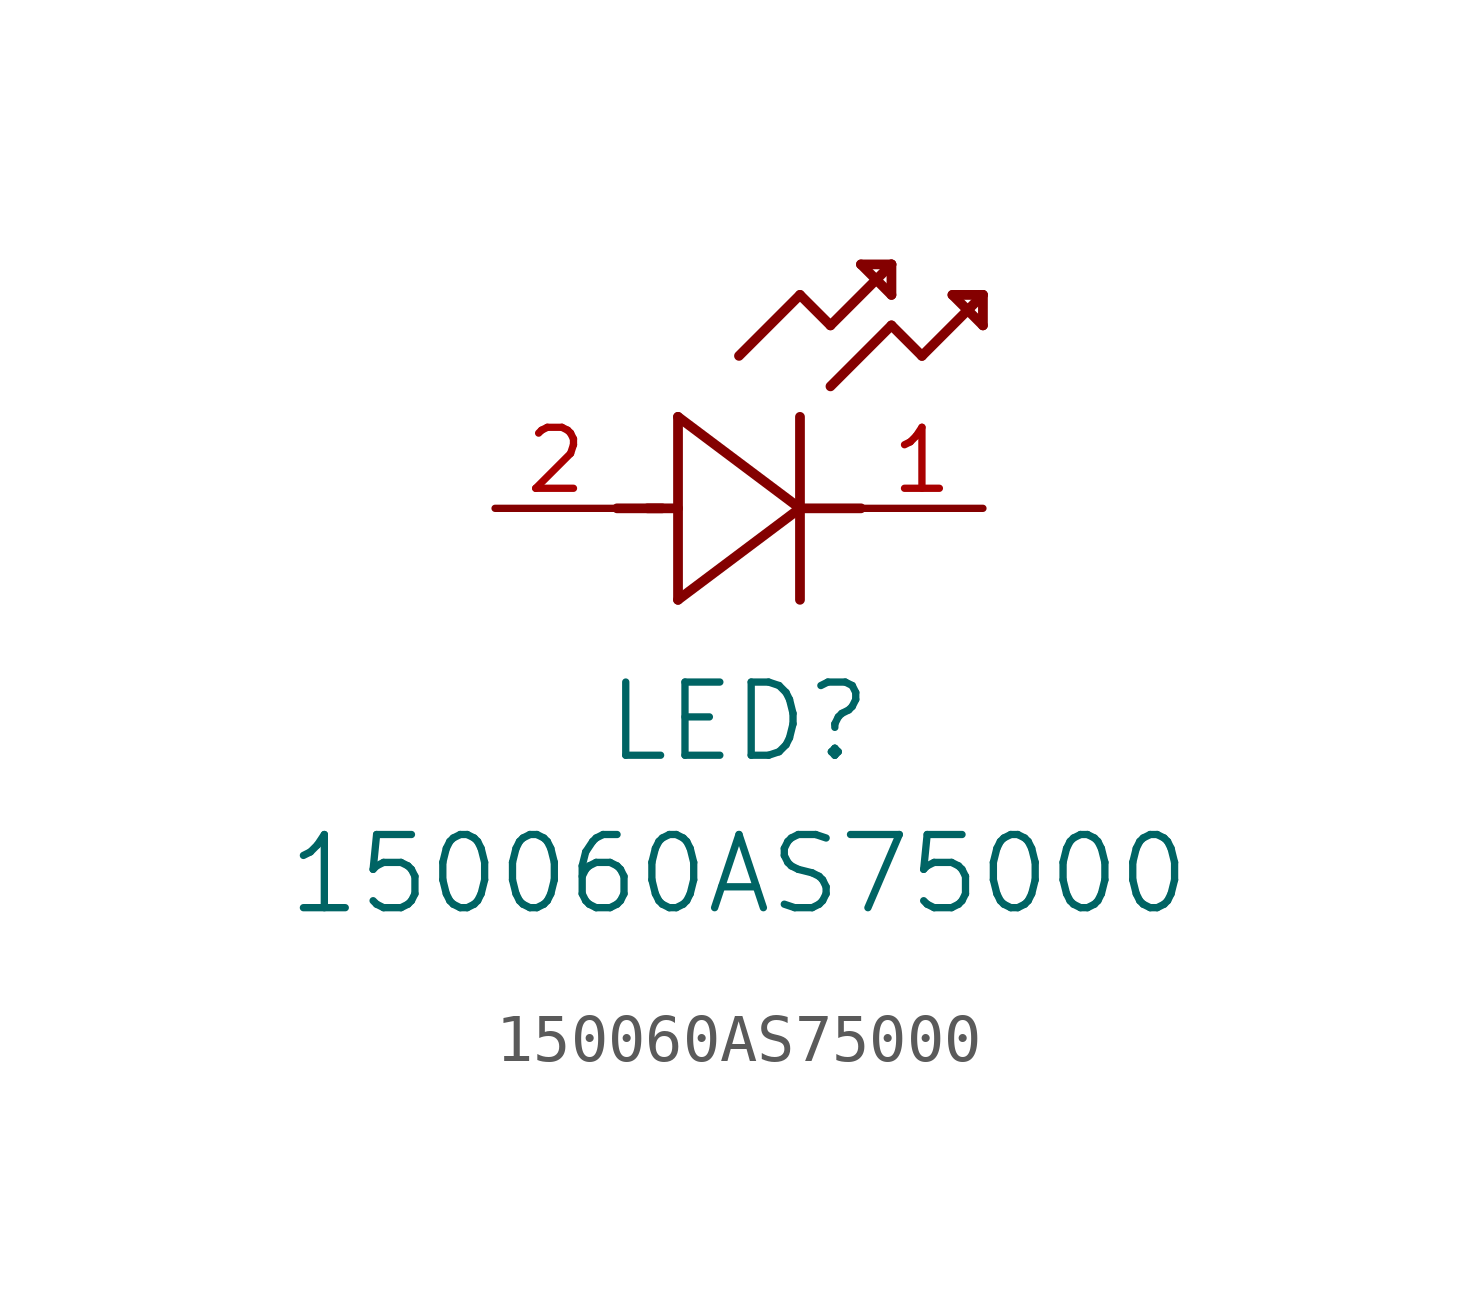
<source format=kicad_sym>
(kicad_symbol_lib
  (version 20241209)
  (generator "kicad_symbol_editor")
  (generator_version "9.0")
  (symbol "150060AS75000"
    (pin_names
      (offset 0.254))
    (property "Reference" "LED"
      (at 5.08 -4.445 0)
      (effects (font (size 1.524 1.524))))
    (property "Value" "150060AS75000"
      (at 5.08 -7.62 0)
      (effects (font (size 1.524 1.524))))
    (symbol "150060AS75000_0_1"
      (polyline (pts (xy 2.54 0) (xy 3.48 0)) (stroke (width 0.203) (type default)) (fill (type none)))
      (polyline (pts (xy 3.175 0) (xy 3.81 0)) (stroke (width 0.203) (type default)) (fill (type none)))
      (polyline (pts (xy 3.81 1.905) (xy 3.81 -1.905)) (stroke (width 0.203) (type default)) (fill (type none)))
      (polyline (pts (xy 3.81 -1.905) (xy 6.35 0)) (stroke (width 0.203) (type default)) (fill (type none)))
      (polyline (pts (xy 5.08 3.175) (xy 6.35 4.445)) (stroke (width 0.203) (type default)) (fill (type none)))
      (polyline (pts (xy 6.35 4.445) (xy 6.985 3.81)) (stroke (width 0.203) (type default)) (fill (type none)))
      (polyline (pts (xy 6.35 0) (xy 3.81 1.905)) (stroke (width 0.203) (type default)) (fill (type none)))
      (polyline (pts (xy 6.35 0) (xy 7.62 0)) (stroke (width 0.203) (type default)) (fill (type none)))
      (polyline (pts (xy 6.35 -1.905) (xy 6.35 1.905)) (stroke (width 0.203) (type default)) (fill (type none)))
      (polyline (pts (xy 6.985 3.81) (xy 8.255 5.08)) (stroke (width 0.203) (type default)) (fill (type none)))
      (polyline (pts (xy 6.985 2.54) (xy 8.255 3.81)) (stroke (width 0.203) (type default)) (fill (type none)))
      (polyline (pts (xy 7.62 5.08) (xy 8.255 4.445)) (stroke (width 0.203) (type default)) (fill (type none)))
      (polyline (pts (xy 8.255 5.08) (xy 7.62 5.08)) (stroke (width 0.203) (type default)) (fill (type none)))
      (polyline (pts (xy 8.255 4.445) (xy 8.255 5.08)) (stroke (width 0.203) (type default)) (fill (type none)))
      (polyline (pts (xy 8.255 3.81) (xy 8.89 3.175)) (stroke (width 0.203) (type default)) (fill (type none)))
      (polyline (pts (xy 8.89 3.175) (xy 10.16 4.445)) (stroke (width 0.203) (type default)) (fill (type none)))
      (polyline (pts (xy 9.525 4.445) (xy 10.16 3.81)) (stroke (width 0.203) (type default)) (fill (type none)))
      (polyline (pts (xy 10.16 4.445) (xy 9.525 4.445)) (stroke (width 0.203) (type default)) (fill (type none)))
      (polyline (pts (xy 10.16 3.81) (xy 10.16 4.445)) (stroke (width 0.203) (type default)) (fill (type none)))
      (pin unspecified line (at 0 0 0) (length 2.54) (name "" (effects (font (size 1.27 1.27)))) (number "2" (effects (font (size 1.27 1.27)))))
      (pin unspecified line (at 10.16 0 180) (length 2.54) (name "" (effects (font (size 1.27 1.27)))) (number "1" (effects (font (size 1.27 1.27))))))))
</source>
